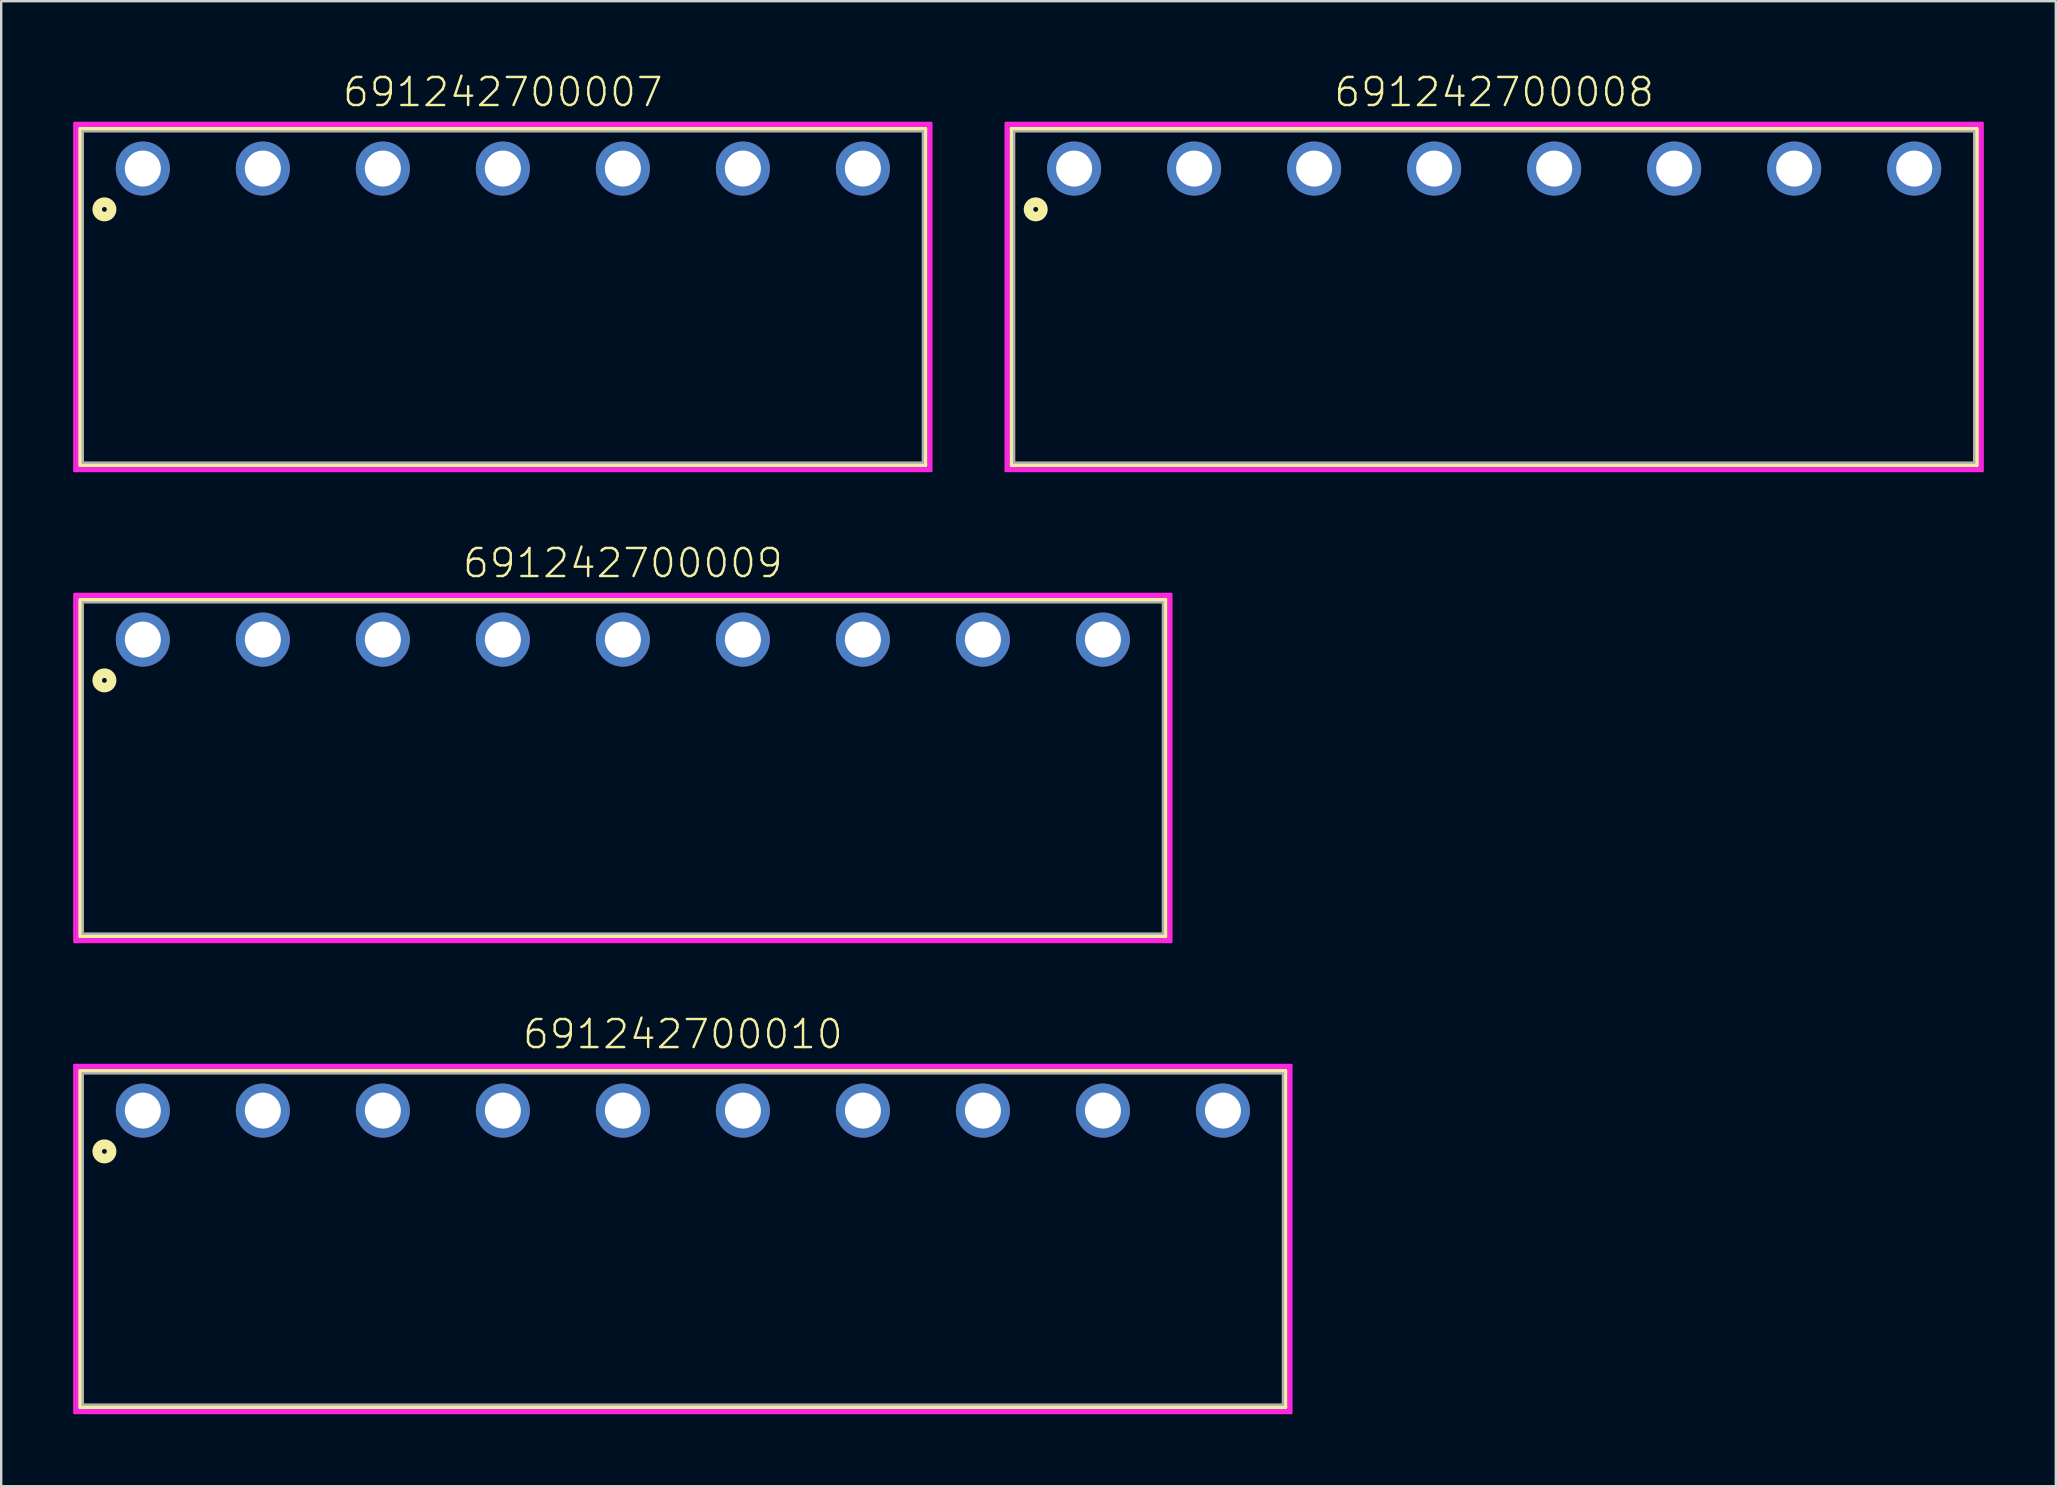
<source format=kicad_pcb>
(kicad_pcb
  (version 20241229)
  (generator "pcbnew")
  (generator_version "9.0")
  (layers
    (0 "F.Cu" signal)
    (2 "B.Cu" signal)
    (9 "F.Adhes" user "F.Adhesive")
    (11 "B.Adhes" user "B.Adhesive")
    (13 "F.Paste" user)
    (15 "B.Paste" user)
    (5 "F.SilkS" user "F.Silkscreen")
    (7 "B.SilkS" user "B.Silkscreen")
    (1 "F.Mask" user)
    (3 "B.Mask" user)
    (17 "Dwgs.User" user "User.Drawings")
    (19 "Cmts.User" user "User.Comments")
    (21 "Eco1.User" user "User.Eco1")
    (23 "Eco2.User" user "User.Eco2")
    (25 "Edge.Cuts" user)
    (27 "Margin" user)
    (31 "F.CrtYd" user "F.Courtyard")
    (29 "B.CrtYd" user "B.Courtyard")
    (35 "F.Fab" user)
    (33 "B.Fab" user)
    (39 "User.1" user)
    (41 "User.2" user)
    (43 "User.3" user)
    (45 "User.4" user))
  (footprint "691242700007"
    (layer "F.Cu")
    (at 17.9 3.973)
    (property "Reference" "691242700007" (at 0 -2.5 0) (unlocked yes) (layer "F.SilkS") (effects (font (size 1.168 1.168) (thickness 0.102)) (justify bottom)))
    (fp_line (start -17.6 -1.65) (end 17.6 -1.65) (stroke (width 0.2) (type solid)) (layer "F.SilkS"))
    (fp_line (start -17.6 12.35) (end -17.6 -1.65) (stroke (width 0.2) (type solid)) (layer "F.SilkS"))
    (fp_line (start 17.6 -1.65) (end 17.6 12.35) (stroke (width 0.2) (type solid)) (layer "F.SilkS"))
    (fp_line (start 17.6 12.35) (end -17.6 12.35) (stroke (width 0.2) (type solid)) (layer "F.SilkS"))
    (fp_circle (center -16.6 1.7) (end -16.5 1.7) (stroke (width 0.4) (type solid)) (fill no) (layer "F.SilkS"))
    (fp_line (start -17.75 -1.8) (end 17.75 -1.8) (stroke (width 0.127) (type solid)) (layer "F.CrtYd"))
    (fp_line (start -17.75 12.5) (end -17.75 -1.8) (stroke (width 0.127) (type solid)) (layer "F.CrtYd"))
    (fp_line (start 17.75 -1.8) (end 17.75 12.5) (stroke (width 0.127) (type solid)) (layer "F.CrtYd"))
    (fp_line (start 17.75 12.5) (end -17.75 12.5) (stroke (width 0.127) (type solid)) (layer "F.CrtYd"))
    (fp_poly (pts (xy 17.85 12.6) (xy -17.85 12.6) (xy -17.85 -1.9) (xy 17.85 -1.9)) (stroke (width 0.1) (type default)) (fill no) (layer "F.CrtYd"))
    (fp_line (start -17.5 -1.55) (end 17.5 -1.55) (stroke (width 0.1) (type solid)) (layer "F.Fab"))
    (fp_line (start -17.5 12.25) (end -17.5 -1.55) (stroke (width 0.1) (type solid)) (layer "F.Fab"))
    (fp_line (start 17.5 -1.55) (end 17.5 12.25) (stroke (width 0.1) (type solid)) (layer "F.Fab"))
    (fp_line (start 17.5 12.25) (end -17.5 12.25) (stroke (width 0.1) (type solid)) (layer "F.Fab"))
    (pad "1" thru_hole circle (at -15 0) (size 2.25 2.25) (drill 1.5) (layers "*.Cu" "*.Mask"))
    (pad "2" thru_hole circle (at -10 0) (size 2.25 2.25) (drill 1.5) (layers "*.Cu" "*.Mask"))
    (pad "3" thru_hole circle (at -5 0) (size 2.25 2.25) (drill 1.5) (layers "*.Cu" "*.Mask"))
    (pad "4" thru_hole circle (at 0 0) (size 2.25 2.25) (drill 1.5) (layers "*.Cu" "*.Mask"))
    (pad "5" thru_hole circle (at 5 0) (size 2.25 2.25) (drill 1.5) (layers "*.Cu" "*.Mask"))
    (pad "6" thru_hole circle (at 10 0) (size 2.25 2.25) (drill 1.5) (layers "*.Cu" "*.Mask"))
    (pad "7" thru_hole circle (at 15 0) (size 2.25 2.25) (drill 1.5) (layers "*.Cu" "*.Mask")))
  (footprint "691242700010"
    (layer "F.Cu")
    (at 25.4 43.22)
    (property "Reference" "691242700010" (at 0 -2.5 0) (unlocked yes) (layer "F.SilkS") (effects (font (size 1.168 1.168) (thickness 0.102)) (justify bottom)))
    (fp_line (start -25.1 -1.65) (end 25.1 -1.65) (stroke (width 0.2) (type solid)) (layer "F.SilkS"))
    (fp_line (start -25.1 12.35) (end -25.1 -1.65) (stroke (width 0.2) (type solid)) (layer "F.SilkS"))
    (fp_line (start 25.1 -1.65) (end 25.1 12.35) (stroke (width 0.2) (type solid)) (layer "F.SilkS"))
    (fp_line (start 25.1 12.35) (end -25.1 12.35) (stroke (width 0.2) (type solid)) (layer "F.SilkS"))
    (fp_circle (center -24.1 1.7) (end -24 1.7) (stroke (width 0.4) (type solid)) (fill no) (layer "F.SilkS"))
    (fp_line (start -25.25 -1.8) (end 25.25 -1.8) (stroke (width 0.127) (type solid)) (layer "F.CrtYd"))
    (fp_line (start -25.25 12.5) (end -25.25 -1.8) (stroke (width 0.127) (type solid)) (layer "F.CrtYd"))
    (fp_line (start 25.25 -1.8) (end 25.25 12.5) (stroke (width 0.127) (type solid)) (layer "F.CrtYd"))
    (fp_line (start 25.25 12.5) (end -25.25 12.5) (stroke (width 0.127) (type solid)) (layer "F.CrtYd"))
    (fp_poly (pts (xy 25.35 12.6) (xy -25.35 12.6) (xy -25.35 -1.9) (xy 25.35 -1.9)) (stroke (width 0.1) (type default)) (fill no) (layer "F.CrtYd"))
    (fp_line (start -25 -1.55) (end 25 -1.55) (stroke (width 0.1) (type solid)) (layer "F.Fab"))
    (fp_line (start -25 12.25) (end -25 -1.55) (stroke (width 0.1) (type solid)) (layer "F.Fab"))
    (fp_line (start 25 -1.55) (end 25 12.25) (stroke (width 0.1) (type solid)) (layer "F.Fab"))
    (fp_line (start 25 12.25) (end -25 12.25) (stroke (width 0.1) (type solid)) (layer "F.Fab"))
    (pad "1" thru_hole circle (at -22.5 0) (size 2.25 2.25) (drill 1.5) (layers "*.Cu" "*.Mask"))
    (pad "2" thru_hole circle (at -17.5 0) (size 2.25 2.25) (drill 1.5) (layers "*.Cu" "*.Mask"))
    (pad "3" thru_hole circle (at -12.5 0) (size 2.25 2.25) (drill 1.5) (layers "*.Cu" "*.Mask"))
    (pad "4" thru_hole circle (at -7.5 0) (size 2.25 2.25) (drill 1.5) (layers "*.Cu" "*.Mask"))
    (pad "5" thru_hole circle (at -2.5 0) (size 2.25 2.25) (drill 1.5) (layers "*.Cu" "*.Mask"))
    (pad "6" thru_hole circle (at 2.5 0) (size 2.25 2.25) (drill 1.5) (layers "*.Cu" "*.Mask"))
    (pad "7" thru_hole circle (at 7.5 0) (size 2.25 2.25) (drill 1.5) (layers "*.Cu" "*.Mask"))
    (pad "8" thru_hole circle (at 12.5 0) (size 2.25 2.25) (drill 1.5) (layers "*.Cu" "*.Mask"))
    (pad "9" thru_hole circle (at 17.5 0) (size 2.25 2.25) (drill 1.5) (layers "*.Cu" "*.Mask"))
    (pad "10" thru_hole circle (at 22.5 0) (size 2.25 2.25) (drill 1.5) (layers "*.Cu" "*.Mask")))
  (footprint "691242700008"
    (layer "F.Cu")
    (at 59.2 3.973)
    (property "Reference" "691242700008" (at 0 -2.5 0) (unlocked yes) (layer "F.SilkS") (effects (font (size 1.168 1.168) (thickness 0.102)) (justify bottom)))
    (fp_line (start -20.1 -1.65) (end 20.1 -1.65) (stroke (width 0.2) (type solid)) (layer "F.SilkS"))
    (fp_line (start -20.1 12.35) (end -20.1 -1.65) (stroke (width 0.2) (type solid)) (layer "F.SilkS"))
    (fp_line (start 20.1 -1.65) (end 20.1 12.35) (stroke (width 0.2) (type solid)) (layer "F.SilkS"))
    (fp_line (start 20.1 12.35) (end -20.1 12.35) (stroke (width 0.2) (type solid)) (layer "F.SilkS"))
    (fp_circle (center -19.1 1.7) (end -19 1.7) (stroke (width 0.4) (type solid)) (fill no) (layer "F.SilkS"))
    (fp_line (start -20.25 -1.8) (end 20.25 -1.8) (stroke (width 0.127) (type solid)) (layer "F.CrtYd"))
    (fp_line (start -20.25 12.5) (end -20.25 -1.8) (stroke (width 0.127) (type solid)) (layer "F.CrtYd"))
    (fp_line (start 20.25 -1.8) (end 20.25 12.5) (stroke (width 0.127) (type solid)) (layer "F.CrtYd"))
    (fp_line (start 20.25 12.5) (end -20.25 12.5) (stroke (width 0.127) (type solid)) (layer "F.CrtYd"))
    (fp_poly (pts (xy 20.35 12.6) (xy -20.35 12.6) (xy -20.35 -1.9) (xy 20.35 -1.9)) (stroke (width 0.1) (type default)) (fill no) (layer "F.CrtYd"))
    (fp_line (start -20 -1.55) (end 20 -1.55) (stroke (width 0.1) (type solid)) (layer "F.Fab"))
    (fp_line (start -20 12.25) (end -20 -1.55) (stroke (width 0.1) (type solid)) (layer "F.Fab"))
    (fp_line (start 20 -1.55) (end 20 12.25) (stroke (width 0.1) (type solid)) (layer "F.Fab"))
    (fp_line (start 20 12.25) (end -20 12.25) (stroke (width 0.1) (type solid)) (layer "F.Fab"))
    (pad "1" thru_hole circle (at -17.5 0) (size 2.25 2.25) (drill 1.5) (layers "*.Cu" "*.Mask"))
    (pad "2" thru_hole circle (at -12.5 0) (size 2.25 2.25) (drill 1.5) (layers "*.Cu" "*.Mask"))
    (pad "3" thru_hole circle (at -7.5 0) (size 2.25 2.25) (drill 1.5) (layers "*.Cu" "*.Mask"))
    (pad "4" thru_hole circle (at -2.5 0) (size 2.25 2.25) (drill 1.5) (layers "*.Cu" "*.Mask"))
    (pad "5" thru_hole circle (at 2.5 0) (size 2.25 2.25) (drill 1.5) (layers "*.Cu" "*.Mask"))
    (pad "6" thru_hole circle (at 7.5 0) (size 2.25 2.25) (drill 1.5) (layers "*.Cu" "*.Mask"))
    (pad "7" thru_hole circle (at 12.5 0) (size 2.25 2.25) (drill 1.5) (layers "*.Cu" "*.Mask"))
    (pad "8" thru_hole circle (at 17.5 0) (size 2.25 2.25) (drill 1.5) (layers "*.Cu" "*.Mask")))
  (footprint "691242700009"
    (layer "F.Cu")
    (at 22.9 23.596)
    (property "Reference" "691242700009" (at 0 -2.5 0) (unlocked yes) (layer "F.SilkS") (effects (font (size 1.168 1.168) (thickness 0.102)) (justify bottom)))
    (fp_line (start -22.6 -1.65) (end 22.6 -1.65) (stroke (width 0.2) (type solid)) (layer "F.SilkS"))
    (fp_line (start -22.6 12.35) (end -22.6 -1.65) (stroke (width 0.2) (type solid)) (layer "F.SilkS"))
    (fp_line (start 22.6 -1.65) (end 22.6 12.35) (stroke (width 0.2) (type solid)) (layer "F.SilkS"))
    (fp_line (start 22.6 12.35) (end -22.6 12.35) (stroke (width 0.2) (type solid)) (layer "F.SilkS"))
    (fp_circle (center -21.6 1.7) (end -21.5 1.7) (stroke (width 0.4) (type solid)) (fill no) (layer "F.SilkS"))
    (fp_line (start -22.75 -1.8) (end 22.75 -1.8) (stroke (width 0.127) (type solid)) (layer "F.CrtYd"))
    (fp_line (start -22.75 12.5) (end -22.75 -1.8) (stroke (width 0.127) (type solid)) (layer "F.CrtYd"))
    (fp_line (start 22.75 -1.8) (end 22.75 12.5) (stroke (width 0.127) (type solid)) (layer "F.CrtYd"))
    (fp_line (start 22.75 12.5) (end -22.75 12.5) (stroke (width 0.127) (type solid)) (layer "F.CrtYd"))
    (fp_poly (pts (xy 22.85 12.6) (xy -22.85 12.6) (xy -22.85 -1.9) (xy 22.85 -1.9)) (stroke (width 0.1) (type default)) (fill no) (layer "F.CrtYd"))
    (fp_line (start -22.5 -1.55) (end 22.5 -1.55) (stroke (width 0.1) (type solid)) (layer "F.Fab"))
    (fp_line (start -22.5 12.25) (end -22.5 -1.55) (stroke (width 0.1) (type solid)) (layer "F.Fab"))
    (fp_line (start 22.5 -1.55) (end 22.5 12.25) (stroke (width 0.1) (type solid)) (layer "F.Fab"))
    (fp_line (start 22.5 12.25) (end -22.5 12.25) (stroke (width 0.1) (type solid)) (layer "F.Fab"))
    (pad "1" thru_hole circle (at -20 0) (size 2.25 2.25) (drill 1.5) (layers "*.Cu" "*.Mask"))
    (pad "2" thru_hole circle (at -15 0) (size 2.25 2.25) (drill 1.5) (layers "*.Cu" "*.Mask"))
    (pad "3" thru_hole circle (at -10 0) (size 2.25 2.25) (drill 1.5) (layers "*.Cu" "*.Mask"))
    (pad "4" thru_hole circle (at -5 0) (size 2.25 2.25) (drill 1.5) (layers "*.Cu" "*.Mask"))
    (pad "5" thru_hole circle (at 0 0) (size 2.25 2.25) (drill 1.5) (layers "*.Cu" "*.Mask"))
    (pad "6" thru_hole circle (at 5 0) (size 2.25 2.25) (drill 1.5) (layers "*.Cu" "*.Mask"))
    (pad "7" thru_hole circle (at 10 0) (size 2.25 2.25) (drill 1.5) (layers "*.Cu" "*.Mask"))
    (pad "8" thru_hole circle (at 15 0) (size 2.25 2.25) (drill 1.5) (layers "*.Cu" "*.Mask"))
    (pad "9" thru_hole circle (at 20 0) (size 2.25 2.25) (drill 1.5) (layers "*.Cu" "*.Mask")))
  (gr_rect
    (start -3 -3)
    (end 82.6 58.87)
    (stroke (width 0.1) (type default))
    (fill no)
    (layer "Edge.Cuts")))
</source>
